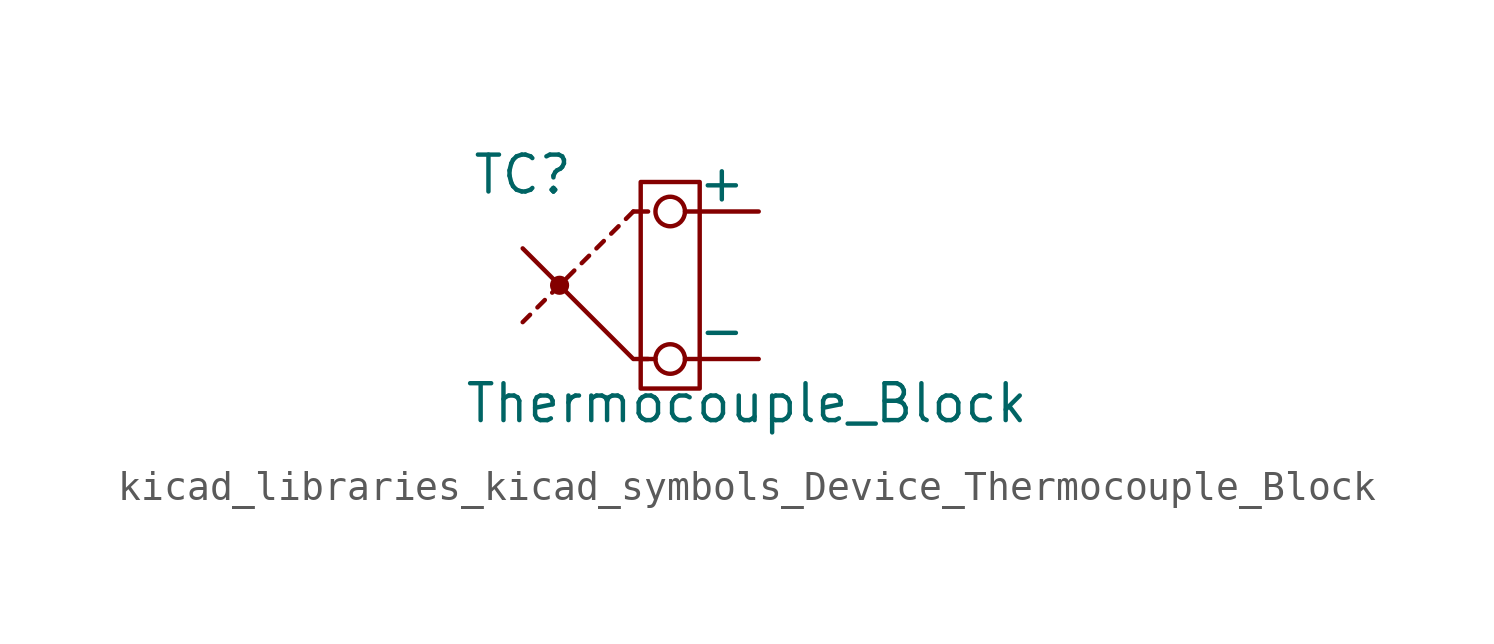
<source format=kicad_sym>
(kicad_symbol_lib
  (version 20220914)
  (generator kicad_symbol_editor)
  (symbol "kicad_libraries_kicad_symbols_Device_Thermocouple_Block"
    (pin_numbers hide)
    (pin_names
      (offset 0))
    (property "Reference" "TC"
      (at -3.048 3.81 0)
      (effects (font (size 1.27 1.27))))
    (property "Value" "Thermocouple_Block"
      (at -5.08 -4.064 0)
      (effects (font (size 1.27 1.27)) (justify left)))
    (symbol "kicad_libraries_kicad_symbols_Device_Thermocouple_Block_0_1"
      (circle (center -1.778 0) (radius 0.254) (stroke (width 0) (type default)) (fill (type outline)))
      (polyline (pts (xy -2.794 -1.016) (xy -3.048 -1.27)) (stroke (width 0) (type default)) (fill (type none)))
      (polyline (pts (xy -2.286 -0.508) (xy -2.54 -0.762)) (stroke (width 0) (type default)) (fill (type none)))
      (polyline (pts (xy -1.778 0) (xy -2.032 -0.254)) (stroke (width 0) (type default)) (fill (type none)))
      (polyline (pts (xy -1.27 0.508) (xy -1.524 0.254)) (stroke (width 0) (type default)) (fill (type none)))
      (polyline (pts (xy -0.762 1.016) (xy -1.016 0.762)) (stroke (width 0) (type default)) (fill (type none)))
      (polyline (pts (xy -0.254 1.524) (xy -0.508 1.27)) (stroke (width 0) (type default)) (fill (type none)))
      (polyline (pts (xy 0.254 2.032) (xy 0 1.778)) (stroke (width 0) (type default)) (fill (type none)))
      (polyline (pts (xy 0.762 2.54) (xy 0.508 2.286)) (stroke (width 0) (type default)) (fill (type none)))
      (polyline (pts (xy 1.27 -2.54) (xy 1.016 -2.54)) (stroke (width 0) (type default)) (fill (type none)))
      (polyline (pts (xy 1.27 2.54) (xy 0.762 2.54)) (stroke (width 0) (type default)) (fill (type none)))
      (polyline (pts (xy 1.524 -2.54) (xy 0.762 -2.54) (xy -3.048 1.27)) (stroke (width 0) (type default)) (fill (type none)))
      (rectangle (start 1.016 3.556) (end 3.048 -3.556) (stroke (width 0) (type default)) (fill (type none)))
      (circle (center 2.032 -2.54) (radius 0.508) (stroke (width 0) (type default)) (fill (type none)))
      (circle (center 2.032 2.54) (radius 0.508) (stroke (width 0) (type default)) (fill (type none))))
    (symbol "kicad_libraries_kicad_symbols_Device_Thermocouple_Block_1_1"
      (pin passive line (at 5.08 2.54 180) (length 2.54) (name "+" (effects (font (size 1.27 1.27)))) (number "1" (effects (font (size 1.27 1.27)))))
      (pin passive line (at 5.08 -2.54 180) (length 2.54) (name "-" (effects (font (size 1.27 1.27)))) (number "2" (effects (font (size 1.27 1.27))))))))
</source>
